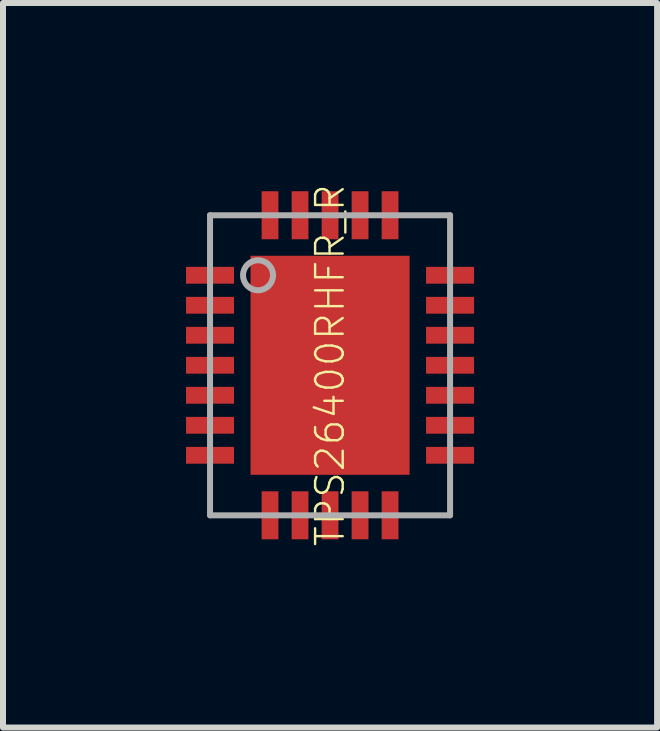
<source format=kicad_pcb>
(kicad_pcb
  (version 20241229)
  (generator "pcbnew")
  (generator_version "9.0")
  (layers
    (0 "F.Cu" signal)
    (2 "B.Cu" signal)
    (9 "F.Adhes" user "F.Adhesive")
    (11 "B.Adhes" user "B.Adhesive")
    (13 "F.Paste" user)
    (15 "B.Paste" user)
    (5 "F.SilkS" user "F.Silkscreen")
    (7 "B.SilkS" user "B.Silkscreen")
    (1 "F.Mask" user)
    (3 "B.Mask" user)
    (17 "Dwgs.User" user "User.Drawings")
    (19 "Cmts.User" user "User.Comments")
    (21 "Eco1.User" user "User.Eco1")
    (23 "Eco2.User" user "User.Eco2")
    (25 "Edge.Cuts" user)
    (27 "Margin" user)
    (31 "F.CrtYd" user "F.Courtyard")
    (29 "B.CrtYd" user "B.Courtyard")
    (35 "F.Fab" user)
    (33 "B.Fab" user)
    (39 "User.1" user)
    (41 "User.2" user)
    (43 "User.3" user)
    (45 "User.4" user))
  (footprint "TPS26400RHFR_R"
    (layer "F.Cu")
    (at 2.45 3.037)
    (property "Reference" "TPS26400RHFR_R" (at 0 0 90) (unlocked yes) (layer "F.SilkS") (effects (font (size 0.46 0.46) (thickness 0.04))))
    (fp_poly (pts (xy -2.45 -1.69) (xy -2.45 -1.31) (xy -1.55 -1.31) (xy -1.55 -1.69)) (stroke (width 0) (type default)) (fill yes) (layer "F.Mask"))
    (fp_poly (pts (xy -2.45 -1.19) (xy -2.45 -0.81) (xy -1.55 -0.81) (xy -1.55 -1.19)) (stroke (width 0) (type default)) (fill yes) (layer "F.Mask"))
    (fp_poly (pts (xy -2.45 -0.69) (xy -2.45 -0.31) (xy -1.55 -0.31) (xy -1.55 -0.69)) (stroke (width 0) (type default)) (fill yes) (layer "F.Mask"))
    (fp_poly (pts (xy -2.45 -0.19) (xy -2.45 0.19) (xy -1.55 0.19) (xy -1.55 -0.19)) (stroke (width 0) (type default)) (fill yes) (layer "F.Mask"))
    (fp_poly (pts (xy -2.45 0.31) (xy -2.45 0.69) (xy -1.55 0.69) (xy -1.55 0.31)) (stroke (width 0) (type default)) (fill yes) (layer "F.Mask"))
    (fp_poly (pts (xy -2.45 0.81) (xy -2.45 1.19) (xy -1.55 1.19) (xy -1.55 0.81)) (stroke (width 0) (type default)) (fill yes) (layer "F.Mask"))
    (fp_poly (pts (xy -2.45 1.31) (xy -2.45 1.69) (xy -1.55 1.69) (xy -1.55 1.31)) (stroke (width 0) (type default)) (fill yes) (layer "F.Mask"))
    (fp_poly (pts (xy -1.375 -1.875) (xy -1.375 1.875) (xy 1.375 1.875) (xy 1.375 -1.875)) (stroke (width 0) (type default)) (fill yes) (layer "F.Mask"))
    (fp_poly (pts (xy -1.19 -2.05) (xy -0.81 -2.05) (xy -0.81 -2.95) (xy -1.19 -2.95)) (stroke (width 0) (type default)) (fill yes) (layer "F.Mask"))
    (fp_poly (pts (xy -1.19 2.95) (xy -0.81 2.95) (xy -0.81 2.05) (xy -1.19 2.05)) (stroke (width 0) (type default)) (fill yes) (layer "F.Mask"))
    (fp_poly (pts (xy -0.69 -2.05) (xy -0.31 -2.05) (xy -0.31 -2.95) (xy -0.69 -2.95)) (stroke (width 0) (type default)) (fill yes) (layer "F.Mask"))
    (fp_poly (pts (xy -0.69 2.95) (xy -0.31 2.95) (xy -0.31 2.05) (xy -0.69 2.05)) (stroke (width 0) (type default)) (fill yes) (layer "F.Mask"))
    (fp_poly (pts (xy -0.19 -2.05) (xy 0.19 -2.05) (xy 0.19 -2.95) (xy -0.19 -2.95)) (stroke (width 0) (type default)) (fill yes) (layer "F.Mask"))
    (fp_poly (pts (xy -0.19 2.95) (xy 0.19 2.95) (xy 0.19 2.05) (xy -0.19 2.05)) (stroke (width 0) (type default)) (fill yes) (layer "F.Mask"))
    (fp_poly (pts (xy 0.31 -2.05) (xy 0.69 -2.05) (xy 0.69 -2.95) (xy 0.31 -2.95)) (stroke (width 0) (type default)) (fill yes) (layer "F.Mask"))
    (fp_poly (pts (xy 0.31 2.95) (xy 0.69 2.95) (xy 0.69 2.05) (xy 0.31 2.05)) (stroke (width 0) (type default)) (fill yes) (layer "F.Mask"))
    (fp_poly (pts (xy 0.81 -2.05) (xy 1.19 -2.05) (xy 1.19 -2.95) (xy 0.81 -2.95)) (stroke (width 0) (type default)) (fill yes) (layer "F.Mask"))
    (fp_poly (pts (xy 0.81 2.95) (xy 1.19 2.95) (xy 1.19 2.05) (xy 0.81 2.05)) (stroke (width 0) (type default)) (fill yes) (layer "F.Mask"))
    (fp_poly (pts (xy 1.55 -1.69) (xy 1.55 -1.31) (xy 2.45 -1.31) (xy 2.45 -1.69)) (stroke (width 0) (type default)) (fill yes) (layer "F.Mask"))
    (fp_poly (pts (xy 1.55 -1.19) (xy 1.55 -0.81) (xy 2.45 -0.81) (xy 2.45 -1.19)) (stroke (width 0) (type default)) (fill yes) (layer "F.Mask"))
    (fp_poly (pts (xy 1.55 -0.69) (xy 1.55 -0.31) (xy 2.45 -0.31) (xy 2.45 -0.69)) (stroke (width 0) (type default)) (fill yes) (layer "F.Mask"))
    (fp_poly (pts (xy 1.55 -0.19) (xy 1.55 0.19) (xy 2.45 0.19) (xy 2.45 -0.19)) (stroke (width 0) (type default)) (fill yes) (layer "F.Mask"))
    (fp_poly (pts (xy 1.55 0.31) (xy 1.55 0.69) (xy 2.45 0.69) (xy 2.45 0.31)) (stroke (width 0) (type default)) (fill yes) (layer "F.Mask"))
    (fp_poly (pts (xy 1.55 0.81) (xy 1.55 1.19) (xy 2.45 1.19) (xy 2.45 0.81)) (stroke (width 0) (type default)) (fill yes) (layer "F.Mask"))
    (fp_poly (pts (xy 1.55 1.31) (xy 1.55 1.69) (xy 2.45 1.69) (xy 2.45 1.31)) (stroke (width 0) (type default)) (fill yes) (layer "F.Mask"))
    (fp_poly (pts (xy -1.6 -1.385) (xy -2.4 -1.385) (xy -2.4 -1.615) (xy -1.6 -1.615)) (stroke (width 0) (type default)) (fill yes) (layer "F.Paste"))
    (fp_poly (pts (xy -1.6 -0.885) (xy -2.4 -0.885) (xy -2.4 -1.115) (xy -1.6 -1.115)) (stroke (width 0) (type default)) (fill yes) (layer "F.Paste"))
    (fp_poly (pts (xy -1.6 -0.385) (xy -2.4 -0.385) (xy -2.4 -0.615) (xy -1.6 -0.615)) (stroke (width 0) (type default)) (fill yes) (layer "F.Paste"))
    (fp_poly (pts (xy -1.6 0.115) (xy -2.4 0.115) (xy -2.4 -0.115) (xy -1.6 -0.115)) (stroke (width 0) (type default)) (fill yes) (layer "F.Paste"))
    (fp_poly (pts (xy -1.6 0.615) (xy -2.4 0.615) (xy -2.4 0.385) (xy -1.6 0.385)) (stroke (width 0) (type default)) (fill yes) (layer "F.Paste"))
    (fp_poly (pts (xy -1.6 1.115) (xy -2.4 1.115) (xy -2.4 0.885) (xy -1.6 0.885)) (stroke (width 0) (type default)) (fill yes) (layer "F.Paste"))
    (fp_poly (pts (xy -1.6 1.615) (xy -2.4 1.615) (xy -2.4 1.385) (xy -1.6 1.385)) (stroke (width 0) (type default)) (fill yes) (layer "F.Paste"))
    (fp_poly (pts (xy -0.885 -2.1) (xy -1.115 -2.1) (xy -1.115 -2.9) (xy -0.885 -2.9)) (stroke (width 0) (type default)) (fill yes) (layer "F.Paste"))
    (fp_poly (pts (xy -0.885 2.9) (xy -1.115 2.9) (xy -1.115 2.1) (xy -0.885 2.1)) (stroke (width 0) (type default)) (fill yes) (layer "F.Paste"))
    (fp_poly (pts (xy -0.385 -2.1) (xy -0.615 -2.1) (xy -0.615 -2.9) (xy -0.385 -2.9)) (stroke (width 0) (type default)) (fill yes) (layer "F.Paste"))
    (fp_poly (pts (xy -0.385 2.9) (xy -0.615 2.9) (xy -0.615 2.1) (xy -0.385 2.1)) (stroke (width 0) (type default)) (fill yes) (layer "F.Paste"))
    (fp_poly (pts (xy -0.15 -0.15) (xy -1.05 -0.15) (xy -1.05 -1.4) (xy -0.15 -1.4)) (stroke (width 0) (type default)) (fill yes) (layer "F.Paste"))
    (fp_poly (pts (xy -0.15 1.4) (xy -1.05 1.4) (xy -1.05 0.15) (xy -0.15 0.15)) (stroke (width 0) (type default)) (fill yes) (layer "F.Paste"))
    (fp_poly (pts (xy 0.115 -2.1) (xy -0.115 -2.1) (xy -0.115 -2.9) (xy 0.115 -2.9)) (stroke (width 0) (type default)) (fill yes) (layer "F.Paste"))
    (fp_poly (pts (xy 0.115 2.9) (xy -0.115 2.9) (xy -0.115 2.1) (xy 0.115 2.1)) (stroke (width 0) (type default)) (fill yes) (layer "F.Paste"))
    (fp_poly (pts (xy 0.615 -2.1) (xy 0.385 -2.1) (xy 0.385 -2.9) (xy 0.615 -2.9)) (stroke (width 0) (type default)) (fill yes) (layer "F.Paste"))
    (fp_poly (pts (xy 0.615 2.9) (xy 0.385 2.9) (xy 0.385 2.1) (xy 0.615 2.1)) (stroke (width 0) (type default)) (fill yes) (layer "F.Paste"))
    (fp_poly (pts (xy 1.05 -0.15) (xy 0.15 -0.15) (xy 0.15 -1.4) (xy 1.05 -1.4)) (stroke (width 0) (type default)) (fill yes) (layer "F.Paste"))
    (fp_poly (pts (xy 1.05 1.4) (xy 0.15 1.4) (xy 0.15 0.15) (xy 1.05 0.15)) (stroke (width 0) (type default)) (fill yes) (layer "F.Paste"))
    (fp_poly (pts (xy 1.115 -2.1) (xy 0.885 -2.1) (xy 0.885 -2.9) (xy 1.115 -2.9)) (stroke (width 0) (type default)) (fill yes) (layer "F.Paste"))
    (fp_poly (pts (xy 1.115 2.9) (xy 0.885 2.9) (xy 0.885 2.1) (xy 1.115 2.1)) (stroke (width 0) (type default)) (fill yes) (layer "F.Paste"))
    (fp_poly (pts (xy 2.4 -1.385) (xy 1.6 -1.385) (xy 1.6 -1.615) (xy 2.4 -1.615)) (stroke (width 0) (type default)) (fill yes) (layer "F.Paste"))
    (fp_poly (pts (xy 2.4 -0.885) (xy 1.6 -0.885) (xy 1.6 -1.115) (xy 2.4 -1.115)) (stroke (width 0) (type default)) (fill yes) (layer "F.Paste"))
    (fp_poly (pts (xy 2.4 -0.385) (xy 1.6 -0.385) (xy 1.6 -0.615) (xy 2.4 -0.615)) (stroke (width 0) (type default)) (fill yes) (layer "F.Paste"))
    (fp_poly (pts (xy 2.4 0.115) (xy 1.6 0.115) (xy 1.6 -0.115) (xy 2.4 -0.115)) (stroke (width 0) (type default)) (fill yes) (layer "F.Paste"))
    (fp_poly (pts (xy 2.4 0.615) (xy 1.6 0.615) (xy 1.6 0.385) (xy 2.4 0.385)) (stroke (width 0) (type default)) (fill yes) (layer "F.Paste"))
    (fp_poly (pts (xy 2.4 1.115) (xy 1.6 1.115) (xy 1.6 0.885) (xy 2.4 0.885)) (stroke (width 0) (type default)) (fill yes) (layer "F.Paste"))
    (fp_poly (pts (xy 2.4 1.615) (xy 1.6 1.615) (xy 1.6 1.385) (xy 2.4 1.385)) (stroke (width 0) (type default)) (fill yes) (layer "F.Paste"))
    (fp_line (start -2 -2.5) (end -2 2.5) (stroke (width 0.1) (type solid)) (layer "F.Fab"))
    (fp_line (start -2 2.5) (end 2 2.5) (stroke (width 0.1) (type solid)) (layer "F.Fab"))
    (fp_line (start 2 -2.5) (end -2 -2.5) (stroke (width 0.1) (type solid)) (layer "F.Fab"))
    (fp_line (start 2 2.5) (end 2 -2.5) (stroke (width 0.1) (type solid)) (layer "F.Fab"))
    (fp_circle (center -1.2 -1.5) (end -0.95 -1.5) (stroke (width 0.1) (type solid)) (fill no) (layer "F.Fab"))
    (pad "0" smd rect (at 0 0 270) (size 3.65 2.65) (layers "F.Cu"))
    (pad "1" smd rect (at -2 -1.5) (size 0.8 0.28) (layers "F.Cu"))
    (pad "2" smd rect (at -2 -1) (size 0.8 0.28) (layers "F.Cu"))
    (pad "3" smd rect (at -2 -0.5) (size 0.8 0.28) (layers "F.Cu"))
    (pad "4" smd rect (at -2 0) (size 0.8 0.28) (layers "F.Cu"))
    (pad "5" smd rect (at -2 0.5) (size 0.8 0.28) (layers "F.Cu"))
    (pad "6" smd rect (at -2 1) (size 0.8 0.28) (layers "F.Cu"))
    (pad "7" smd rect (at -2 1.5) (size 0.8 0.28) (layers "F.Cu"))
    (pad "8" smd rect (at -1 2.5 90) (size 0.8 0.28) (layers "F.Cu"))
    (pad "9" smd rect (at -0.5 2.5 90) (size 0.8 0.28) (layers "F.Cu"))
    (pad "10" smd rect (at 0 2.5 90) (size 0.8 0.28) (layers "F.Cu"))
    (pad "11" smd rect (at 0.5 2.5 90) (size 0.8 0.28) (layers "F.Cu"))
    (pad "12" smd rect (at 1 2.5 90) (size 0.8 0.28) (layers "F.Cu"))
    (pad "13" smd rect (at 2 1.5 180) (size 0.8 0.28) (layers "F.Cu"))
    (pad "14" smd rect (at 2 1 180) (size 0.8 0.28) (layers "F.Cu"))
    (pad "15" smd rect (at 2 0.5 180) (size 0.8 0.28) (layers "F.Cu"))
    (pad "16" smd rect (at 2 0 180) (size 0.8 0.28) (layers "F.Cu"))
    (pad "17" smd rect (at 2 -0.5 180) (size 0.8 0.28) (layers "F.Cu"))
    (pad "18" smd rect (at 2 -1 180) (size 0.8 0.28) (layers "F.Cu"))
    (pad "19" smd rect (at 2 -1.5 180) (size 0.8 0.28) (layers "F.Cu"))
    (pad "20" smd rect (at 1 -2.5 270) (size 0.8 0.28) (layers "F.Cu"))
    (pad "21" smd rect (at 0.5 -2.5 270) (size 0.8 0.28) (layers "F.Cu"))
    (pad "22" smd rect (at 0 -2.5 270) (size 0.8 0.28) (layers "F.Cu"))
    (pad "23" smd rect (at -0.5 -2.5 270) (size 0.8 0.28) (layers "F.Cu"))
    (pad "24" smd rect (at -1 -2.5 270) (size 0.8 0.28) (layers "F.Cu")))
  (gr_rect
    (start -3 -3)
    (end 7.9 9.074)
    (stroke (width 0.1) (type default))
    (fill no)
    (layer "Edge.Cuts")))
</source>
